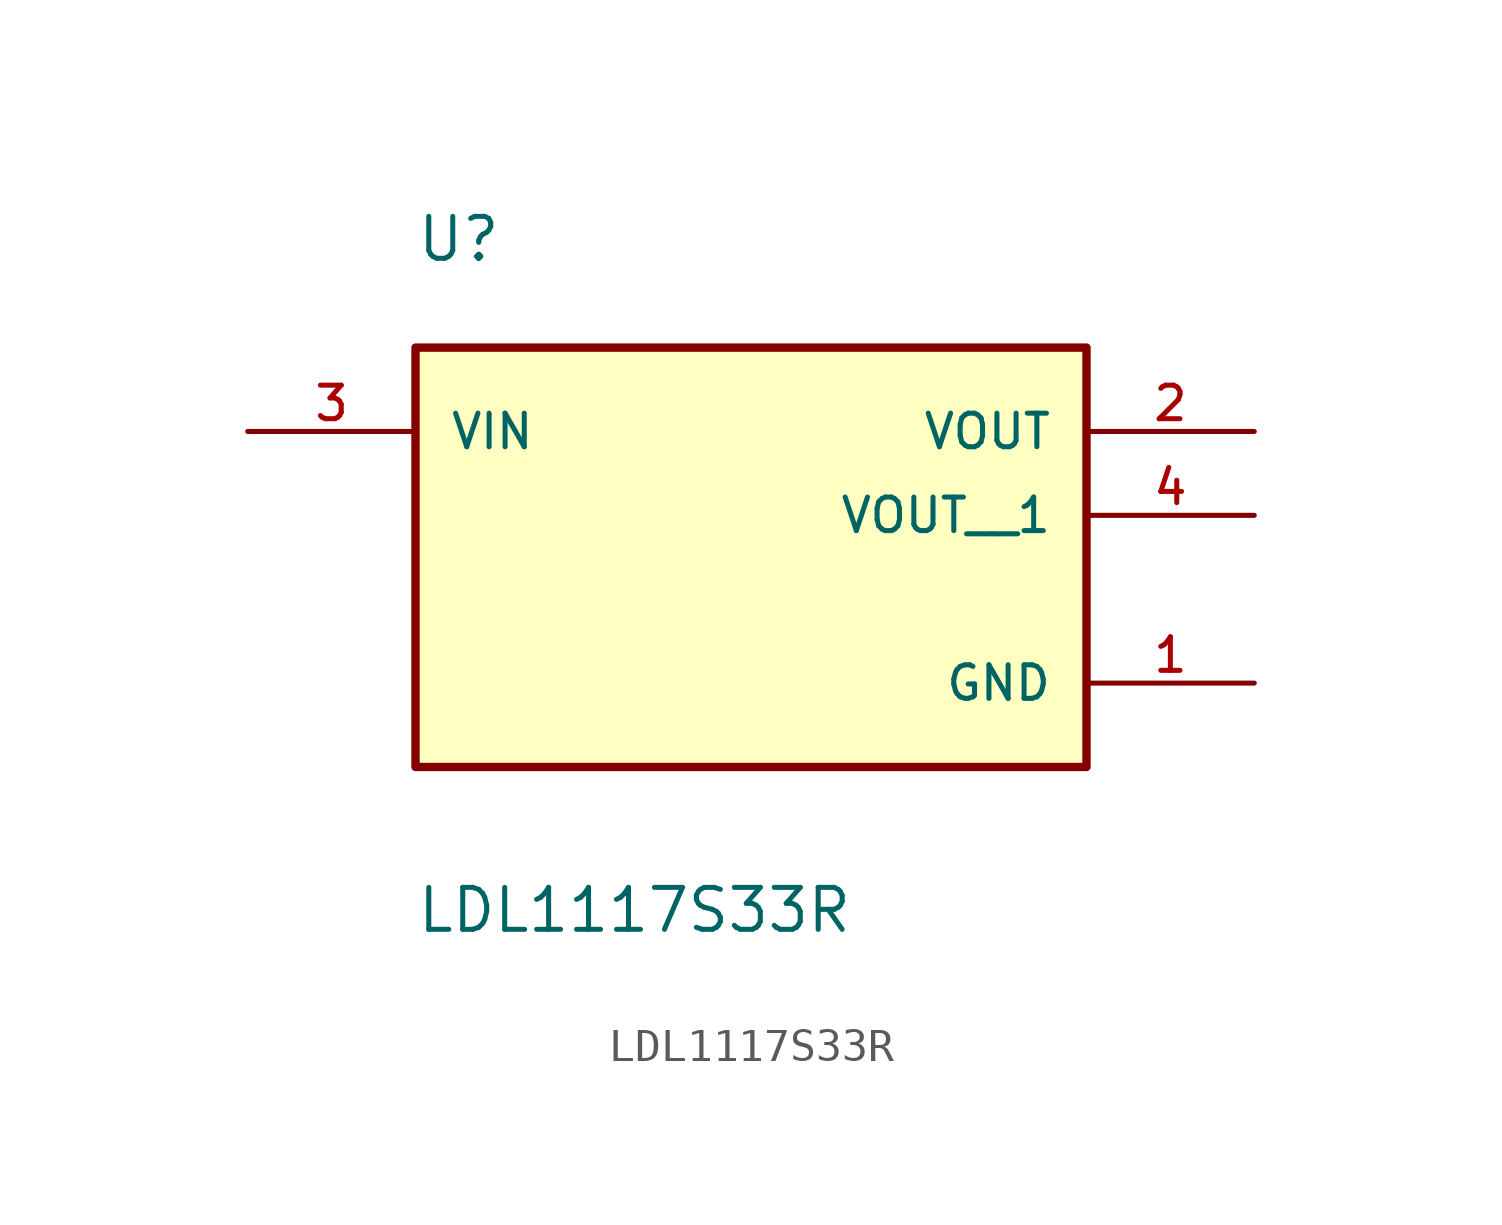
<source format=kicad_sym>
(kicad_symbol_lib
  (version 20211014)
  (generator kicad_symbol_editor)
  (symbol "LDL1117S33R"
    (pin_names
      (offset 1.016))
    (property "Reference" "U"
      (at -10.16 7.62 0)
      (effects (font (size 1.27 1.27)) (justify bottom left)))
    (property "Value" "LDL1117S33R"
      (at -10.16 -12.7 0)
      (effects (font (size 1.27 1.27)) (justify bottom left)))
    (symbol "LDL1117S33R_0_0"
      (rectangle (start -10.16 -7.62) (end 10.16 5.08) (stroke (width 0.254)) (fill (type background)))
      (pin input line (at -15.24 2.54 0) (length 5.08) (name "VIN" (effects (font (size 1.016 1.016)))) (number "3" (effects (font (size 1.016 1.016)))))
      (pin output line (at 15.24 2.54 180.0) (length 5.08) (name "VOUT" (effects (font (size 1.016 1.016)))) (number "2" (effects (font (size 1.016 1.016)))))
      (pin power_in line (at 15.24 -5.08 180.0) (length 5.08) (name "GND" (effects (font (size 1.016 1.016)))) (number "1" (effects (font (size 1.016 1.016)))))
      (pin output line (at 15.24 0.0 180.0) (length 5.08) (name "VOUT__1" (effects (font (size 1.016 1.016)))) (number "4" (effects (font (size 1.016 1.016))))))))
</source>
